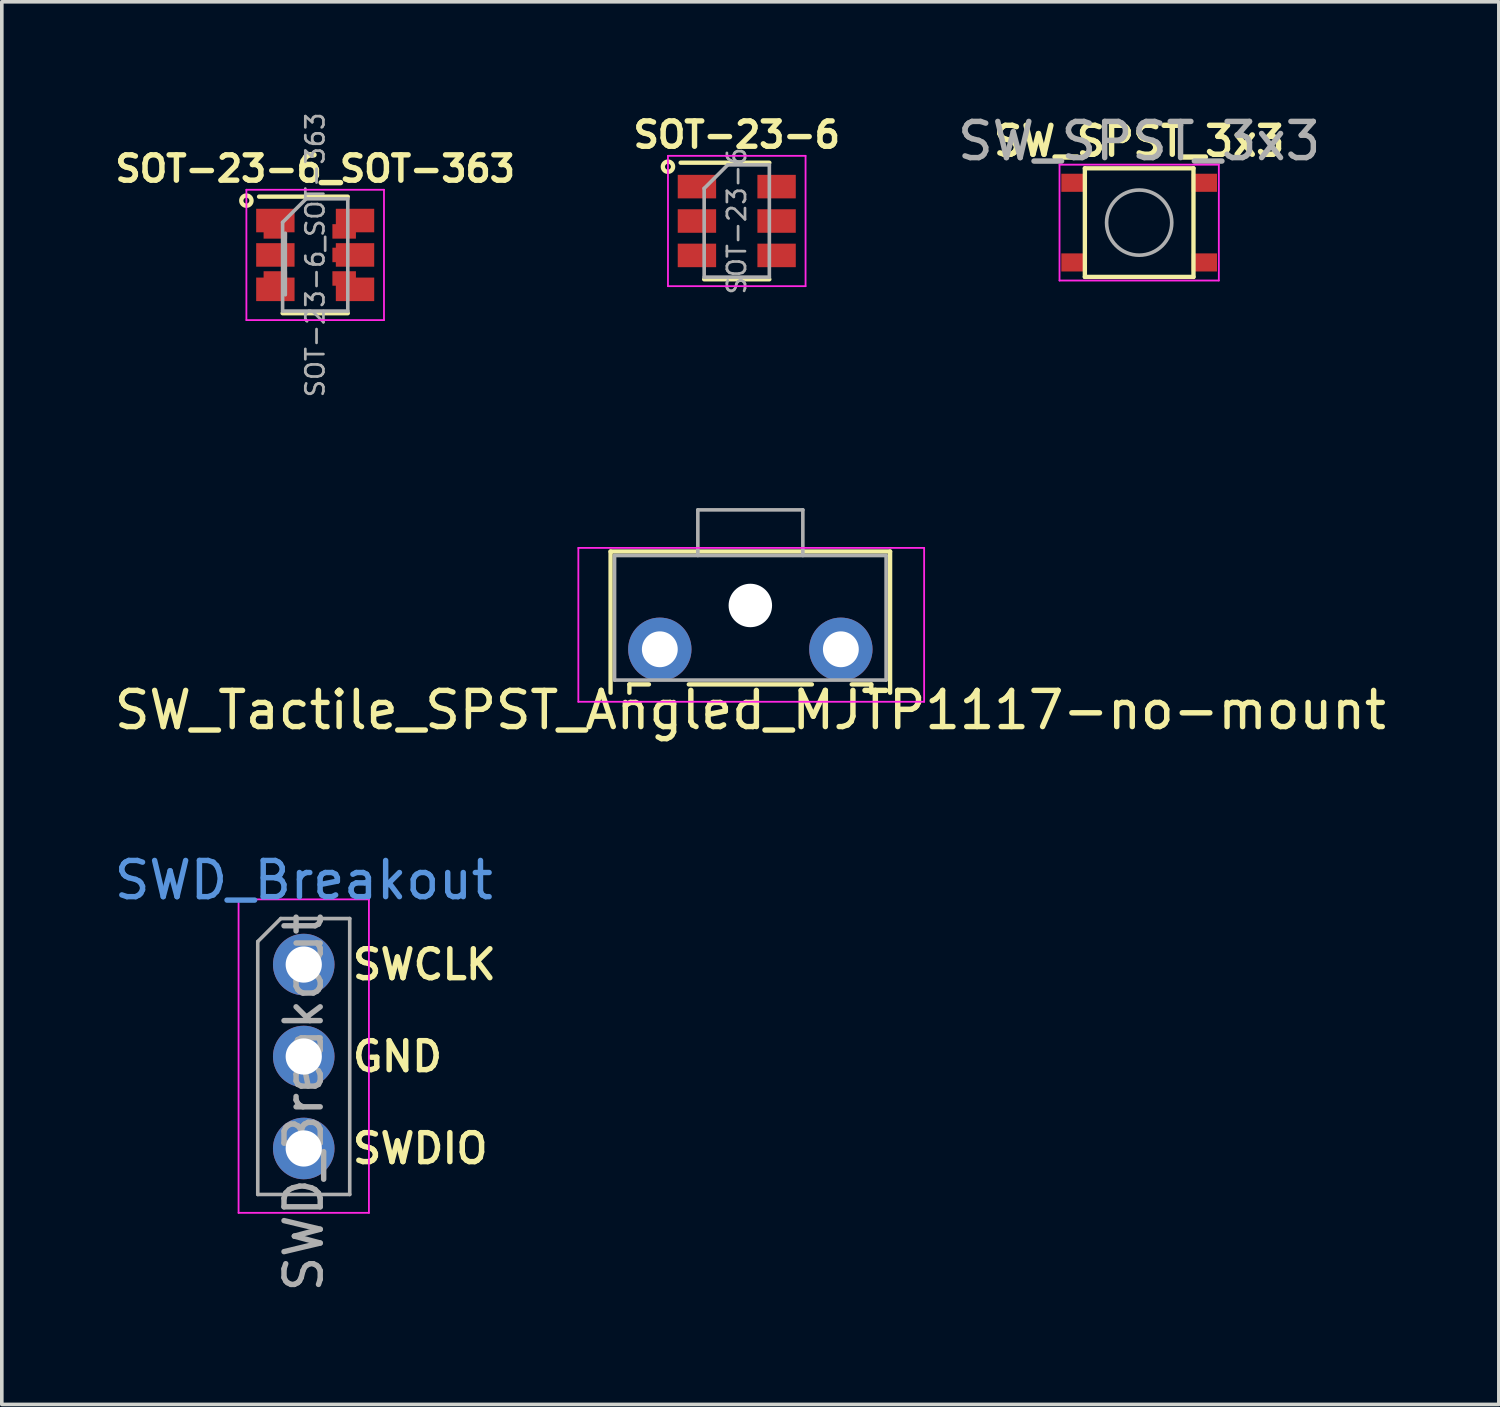
<source format=kicad_pcb>
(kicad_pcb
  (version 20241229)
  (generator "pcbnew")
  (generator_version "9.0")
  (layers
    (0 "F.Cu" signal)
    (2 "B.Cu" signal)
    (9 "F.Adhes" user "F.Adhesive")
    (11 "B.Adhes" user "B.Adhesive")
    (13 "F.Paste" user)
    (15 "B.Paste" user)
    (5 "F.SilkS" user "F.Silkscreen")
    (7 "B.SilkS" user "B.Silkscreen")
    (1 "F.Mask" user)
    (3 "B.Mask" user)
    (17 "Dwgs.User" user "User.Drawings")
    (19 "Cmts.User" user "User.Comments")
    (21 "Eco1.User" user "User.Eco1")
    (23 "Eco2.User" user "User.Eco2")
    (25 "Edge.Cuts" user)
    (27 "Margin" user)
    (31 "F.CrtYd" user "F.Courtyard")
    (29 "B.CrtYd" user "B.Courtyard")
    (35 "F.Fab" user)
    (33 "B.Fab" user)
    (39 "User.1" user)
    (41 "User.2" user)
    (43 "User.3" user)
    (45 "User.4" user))
  (footprint "SW_Tactile_SPST_Angled_MJTP1117-no-mount"
    (layer "F.Cu")
    (at 15.173 14.882)
    (property "Reference" "SW_Tactile_SPST_Angled_MJTP1117-no-mount" (at 2.5 1.68 0) (layer "F.SilkS") (effects (font (size 1 1) (thickness 0.15))))
    (attr through_hole)
    (fp_line (start -1.36 -2.7) (end -1.36 1.2) (stroke (width 0.12) (type solid)) (layer "F.SilkS"))
    (fp_line (start -1.36 -2.7) (end 6.36 -2.7) (stroke (width 0.12) (type solid)) (layer "F.SilkS"))
    (fp_line (start -0.84 0.97) (end -0.84 1.2) (stroke (width 0.12) (type solid)) (layer "F.SilkS"))
    (fp_line (start -0.84 0.97) (end -0.3 0.97) (stroke (width 0.12) (type solid)) (layer "F.SilkS"))
    (fp_line (start 0.8 0.97) (end 4.2 0.97) (stroke (width 0.12) (type solid)) (layer "F.SilkS"))
    (fp_line (start 5.3 0.97) (end 5.84 0.97) (stroke (width 0.12) (type solid)) (layer "F.SilkS"))
    (fp_line (start 5.84 0.97) (end 5.84 1.2) (stroke (width 0.12) (type solid)) (layer "F.SilkS"))
    (fp_line (start 6.36 -2.7) (end 6.36 1.2) (stroke (width 0.12) (type solid)) (layer "F.SilkS"))
    (fp_line (start -2.25 -2.8) (end 7.3 -2.8) (stroke (width 0.05) (type solid)) (layer "F.CrtYd"))
    (fp_line (start -2.25 1.45) (end -2.25 -2.8) (stroke (width 0.05) (type solid)) (layer "F.CrtYd"))
    (fp_line (start 7.3 -2.8) (end 7.3 1.45) (stroke (width 0.05) (type solid)) (layer "F.CrtYd"))
    (fp_line (start 7.3 1.45) (end -2.25 1.45) (stroke (width 0.05) (type solid)) (layer "F.CrtYd"))
    (fp_line (start -1.25 -2.59) (end 6.25 -2.59) (stroke (width 0.1) (type solid)) (layer "F.Fab"))
    (fp_line (start -1.25 0.85) (end -1.25 -2.59) (stroke (width 0.1) (type solid)) (layer "F.Fab"))
    (fp_line (start -1.25 0.85) (end 6.25 0.85) (stroke (width 0.1) (type solid)) (layer "F.Fab"))
    (fp_line (start 1.05 -3.85) (end 1.05 -2.59) (stroke (width 0.1) (type solid)) (layer "F.Fab"))
    (fp_line (start 1.05 -3.85) (end 3.95 -3.85) (stroke (width 0.1) (type solid)) (layer "F.Fab"))
    (fp_line (start 3.95 -3.85) (end 3.95 -2.59) (stroke (width 0.1) (type solid)) (layer "F.Fab"))
    (fp_line (start 6.25 0.85) (end 6.25 -2.59) (stroke (width 0.1) (type solid)) (layer "F.Fab"))
    (pad "" np_thru_hole circle (at 2.5 -1.21) (size 1.2 1.2) (drill 1.2) (layers "*.Cu" "*.Mask"))
    (pad "1" thru_hole circle (at 0 0) (size 1.75 1.75) (drill 0.99) (layers "*.Cu" "*.Mask"))
    (pad "2" thru_hole circle (at 5 0) (size 1.75 1.75) (drill 0.99) (layers "*.Cu" "*.Mask")))
  (footprint "SW_SPST_3x3"
    (layer "F.Cu")
    (at 28.412 3.098)
    (property "Reference" "SW_SPST_3x3" (at 0 -2.25 0) (layer "F.SilkS") (effects (font (size 0.8 0.8) (thickness 0.15))))
    (attr smd)
    (fp_line (start -1.5 -1.5) (end 1.5 -1.5) (stroke (width 0.12) (type solid)) (layer "F.SilkS"))
    (fp_line (start -1.5 1.5) (end -1.5 -1.5) (stroke (width 0.12) (type solid)) (layer "F.SilkS"))
    (fp_line (start -1.5 1.5) (end 1.5 1.5) (stroke (width 0.12) (type solid)) (layer "F.SilkS"))
    (fp_line (start 1.5 1.5) (end 1.5 -1.5) (stroke (width 0.12) (type solid)) (layer "F.SilkS"))
    (fp_line (start -2.2 -1.6) (end -2.2 1.6) (stroke (width 0.05) (type solid)) (layer "F.CrtYd"))
    (fp_line (start -2.2 -1.6) (end 2.2 -1.6) (stroke (width 0.05) (type solid)) (layer "F.CrtYd"))
    (fp_line (start -2.2 1.6) (end 2.2 1.6) (stroke (width 0.05) (type solid)) (layer "F.CrtYd"))
    (fp_line (start 2.2 -1.6) (end 2.2 1.6) (stroke (width 0.05) (type solid)) (layer "F.CrtYd"))
    (fp_circle (center 0 0) (end 0.9 0) (stroke (width 0.1) (type solid)) (fill no) (layer "F.Fab"))
    (fp_text user "${REFERENCE}" (at 0 -2.25 0) (layer "F.Fab") (effects (font (size 1 1) (thickness 0.15))))
    (pad "1" smd rect (at -1.8 -1.1) (size 0.7 0.5) (layers "F.Cu" "F.Mask" "F.Paste"))
    (pad "1" smd rect (at 1.8 -1.1) (size 0.7 0.5) (layers "F.Cu" "F.Mask" "F.Paste"))
    (pad "2" smd rect (at -1.8 1.1) (size 0.7 0.5) (layers "F.Cu" "F.Mask" "F.Paste"))
    (pad "2" smd rect (at 1.8 1.1) (size 0.7 0.5) (layers "F.Cu" "F.Mask" "F.Paste")))
  (footprint "SOT-23-6"
    (layer "F.Cu")
    (at 17.298 3.054)
    (property "Reference" "SOT-23-6" (at 0 -2.381 0) (layer "F.SilkS") (effects (font (size 0.7 0.7) (thickness 0.15))))
    (attr smd)
    (fp_line (start -0.9 1.61) (end 0.9 1.61) (stroke (width 0.12) (type solid)) (layer "F.SilkS"))
    (fp_line (start 0.9 -1.61) (end -1.55 -1.61) (stroke (width 0.12) (type solid)) (layer "F.SilkS"))
    (fp_circle (center -1.9 -1.5) (end -2 -1.6) (stroke (width 0.12) (type solid)) (fill no) (layer "F.SilkS"))
    (fp_line (start -1.9 -1.8) (end -1.9 1.8) (stroke (width 0.05) (type solid)) (layer "F.CrtYd"))
    (fp_line (start -1.9 1.8) (end 1.9 1.8) (stroke (width 0.05) (type solid)) (layer "F.CrtYd"))
    (fp_line (start 1.9 -1.8) (end -1.9 -1.8) (stroke (width 0.05) (type solid)) (layer "F.CrtYd"))
    (fp_line (start 1.9 1.8) (end 1.9 -1.8) (stroke (width 0.05) (type solid)) (layer "F.CrtYd"))
    (fp_line (start -0.9 -0.9) (end -0.9 1.55) (stroke (width 0.1) (type solid)) (layer "F.Fab"))
    (fp_line (start -0.9 -0.9) (end -0.25 -1.55) (stroke (width 0.1) (type solid)) (layer "F.Fab"))
    (fp_line (start 0.9 -1.55) (end -0.25 -1.55) (stroke (width 0.1) (type solid)) (layer "F.Fab"))
    (fp_line (start 0.9 -1.55) (end 0.9 1.55) (stroke (width 0.1) (type solid)) (layer "F.Fab"))
    (fp_line (start 0.9 1.55) (end -0.9 1.55) (stroke (width 0.1) (type solid)) (layer "F.Fab"))
    (fp_text user "${REFERENCE}" (at 0 0 90) (layer "F.Fab") (effects (font (size 0.5 0.5) (thickness 0.075))))
    (pad "1" smd rect (at -1.1 -0.95) (size 1.06 0.65) (layers "F.Cu" "F.Mask" "F.Paste"))
    (pad "2" smd rect (at -1.1 0) (size 1.06 0.65) (layers "F.Cu" "F.Mask" "F.Paste"))
    (pad "3" smd rect (at -1.1 0.95) (size 1.06 0.65) (layers "F.Cu" "F.Mask" "F.Paste"))
    (pad "4" smd rect (at 1.1 0.95) (size 1.06 0.65) (layers "F.Cu" "F.Mask" "F.Paste"))
    (pad "5" smd rect (at 1.1 0) (size 1.06 0.65) (layers "F.Cu" "F.Mask" "F.Paste"))
    (pad "6" smd rect (at 1.1 -0.95) (size 1.06 0.65) (layers "F.Cu" "F.Mask" "F.Paste")))
  (footprint "SWD_Breakout"
    (layer "F.Cu")
    (at 5.339 23.589)
    (property "Reference" "SWD_Breakout" (at 0 -2.33 0) (layer "Cmts.User") (effects (font (size 1 1) (thickness 0.15))))
    (attr through_hole)
    (fp_line (start -1.8 -1.8) (end -1.8 6.858) (stroke (width 0.05) (type solid)) (layer "F.CrtYd"))
    (fp_line (start -1.8 6.858) (end 1.8 6.858) (stroke (width 0.05) (type solid)) (layer "F.CrtYd"))
    (fp_line (start 1.8 -1.8) (end -1.8 -1.8) (stroke (width 0.05) (type solid)) (layer "F.CrtYd"))
    (fp_line (start 1.8 6.858) (end 1.8 -1.8) (stroke (width 0.05) (type solid)) (layer "F.CrtYd"))
    (fp_line (start -1.27 -0.635) (end -0.635 -1.27) (stroke (width 0.1) (type solid)) (layer "F.Fab"))
    (fp_line (start -1.27 6.35) (end -1.27 -0.635) (stroke (width 0.1) (type solid)) (layer "F.Fab"))
    (fp_line (start -0.635 -1.27) (end 1.27 -1.27) (stroke (width 0.1) (type solid)) (layer "F.Fab"))
    (fp_line (start 1.27 -1.27) (end 1.27 6.35) (stroke (width 0.1) (type solid)) (layer "F.Fab"))
    (fp_line (start 1.27 6.35) (end -1.27 6.35) (stroke (width 0.1) (type solid)) (layer "F.Fab"))
    (fp_text user "GND" (at 1.27 2.54 0) (unlocked yes) (layer "F.SilkS") (effects (font (size 0.8 0.8) (thickness 0.15)) (justify left)))
    (fp_text user "SWCLK" (at 1.27 0 0) (unlocked yes) (layer "F.SilkS") (effects (font (size 0.8 0.8) (thickness 0.15)) (justify left)))
    (fp_text user "SWDIO" (at 1.27 5.08 0) (unlocked yes) (layer "F.SilkS") (effects (font (size 0.8 0.8) (thickness 0.15)) (justify left)))
    (fp_text user "${REFERENCE}" (at 0 3.81 90) (layer "F.Fab") (effects (font (size 1 1) (thickness 0.15))))
    (pad "1" thru_hole circle (at 0 0) (size 1.7 1.7) (drill 1) (layers "*.Cu" "*.Mask"))
    (pad "2" thru_hole oval (at 0 2.54) (size 1.7 1.7) (drill 1) (layers "*.Cu" "*.Mask"))
    (pad "3" thru_hole oval (at 0 5.08) (size 1.7 1.7) (drill 1) (layers "*.Cu" "*.Mask")))
  (footprint "SOT-23-6_SOT-363"
    (layer "F.Cu")
    (at 5.655 3.991)
    (property "Reference" "SOT-23-6_SOT-363" (at 0 -2.381 0) (layer "F.SilkS") (effects (font (size 0.7 0.7) (thickness 0.15))))
    (attr smd)
    (fp_line (start -0.9 1.61) (end 0.9 1.61) (stroke (width 0.12) (type solid)) (layer "F.SilkS"))
    (fp_line (start 0.9 -1.61) (end -1.55 -1.61) (stroke (width 0.12) (type solid)) (layer "F.SilkS"))
    (fp_circle (center -1.9 -1.5) (end -2 -1.6) (stroke (width 0.12) (type solid)) (fill no) (layer "F.SilkS"))
    (fp_line (start -1.9 -1.8) (end -1.9 1.8) (stroke (width 0.05) (type solid)) (layer "F.CrtYd"))
    (fp_line (start -1.9 1.8) (end 1.9 1.8) (stroke (width 0.05) (type solid)) (layer "F.CrtYd"))
    (fp_line (start 1.9 -1.8) (end -1.9 -1.8) (stroke (width 0.05) (type solid)) (layer "F.CrtYd"))
    (fp_line (start 1.9 1.8) (end 1.9 -1.8) (stroke (width 0.05) (type solid)) (layer "F.CrtYd"))
    (fp_line (start -0.9 -0.9) (end -0.9 1.55) (stroke (width 0.1) (type solid)) (layer "F.Fab"))
    (fp_line (start -0.9 -0.9) (end -0.25 -1.55) (stroke (width 0.1) (type solid)) (layer "F.Fab"))
    (fp_line (start -0.825 -0.6) (end -0.825 1.1) (stroke (width 0.1) (type solid)) (layer "F.Fab"))
    (fp_line (start 0.9 -1.55) (end -0.25 -1.55) (stroke (width 0.1) (type solid)) (layer "F.Fab"))
    (fp_line (start 0.9 -1.55) (end 0.9 1.55) (stroke (width 0.1) (type solid)) (layer "F.Fab"))
    (fp_line (start 0.9 1.55) (end -0.9 1.55) (stroke (width 0.1) (type solid)) (layer "F.Fab"))
    (fp_text user "${REFERENCE}" (at 0 0 90) (layer "F.Fab") (effects (font (size 0.5 0.5) (thickness 0.075))))
    (pad "1" smd rect (at -1.1 -0.95) (size 1.06 0.65) (layers "F.Cu" "F.Mask" "F.Paste"))
    (pad "1" smd rect (at -1.1 -0.65) (size 0.65 0.4) (layers "F.Cu" "F.Mask" "F.Paste"))
    (pad "2" smd rect (at -1.1 0) (size 0.65 0.4) (layers "F.Cu" "F.Mask" "F.Paste"))
    (pad "2" smd rect (at -1.1 0) (size 1.06 0.65) (layers "F.Cu" "F.Mask" "F.Paste"))
    (pad "3" smd rect (at -1.1 0.65) (size 0.65 0.4) (layers "F.Cu" "F.Mask" "F.Paste"))
    (pad "3" smd rect (at -1.1 0.95) (size 1.06 0.65) (layers "F.Cu" "F.Mask" "F.Paste"))
    (pad "4" smd rect (at 0.8 0.65) (size 0.65 0.4) (layers "F.Cu" "F.Mask" "F.Paste"))
    (pad "4" smd rect (at 1.1 0.95) (size 1.06 0.65) (layers "F.Cu" "F.Mask" "F.Paste"))
    (pad "5" smd rect (at 0.8 0) (size 0.65 0.4) (layers "F.Cu" "F.Mask" "F.Paste"))
    (pad "5" smd rect (at 1.1 0) (size 1.06 0.65) (layers "F.Cu" "F.Mask" "F.Paste"))
    (pad "6" smd rect (at 0.8 -0.65) (size 0.65 0.4) (layers "F.Cu" "F.Mask" "F.Paste"))
    (pad "6" smd rect (at 1.1 -0.95) (size 1.06 0.65) (layers "F.Cu" "F.Mask" "F.Paste")))
  (gr_rect
    (start -3 -3)
    (end 38.345 35.738)
    (stroke (width 0.1) (type default))
    (fill no)
    (layer "Edge.Cuts")))
</source>
